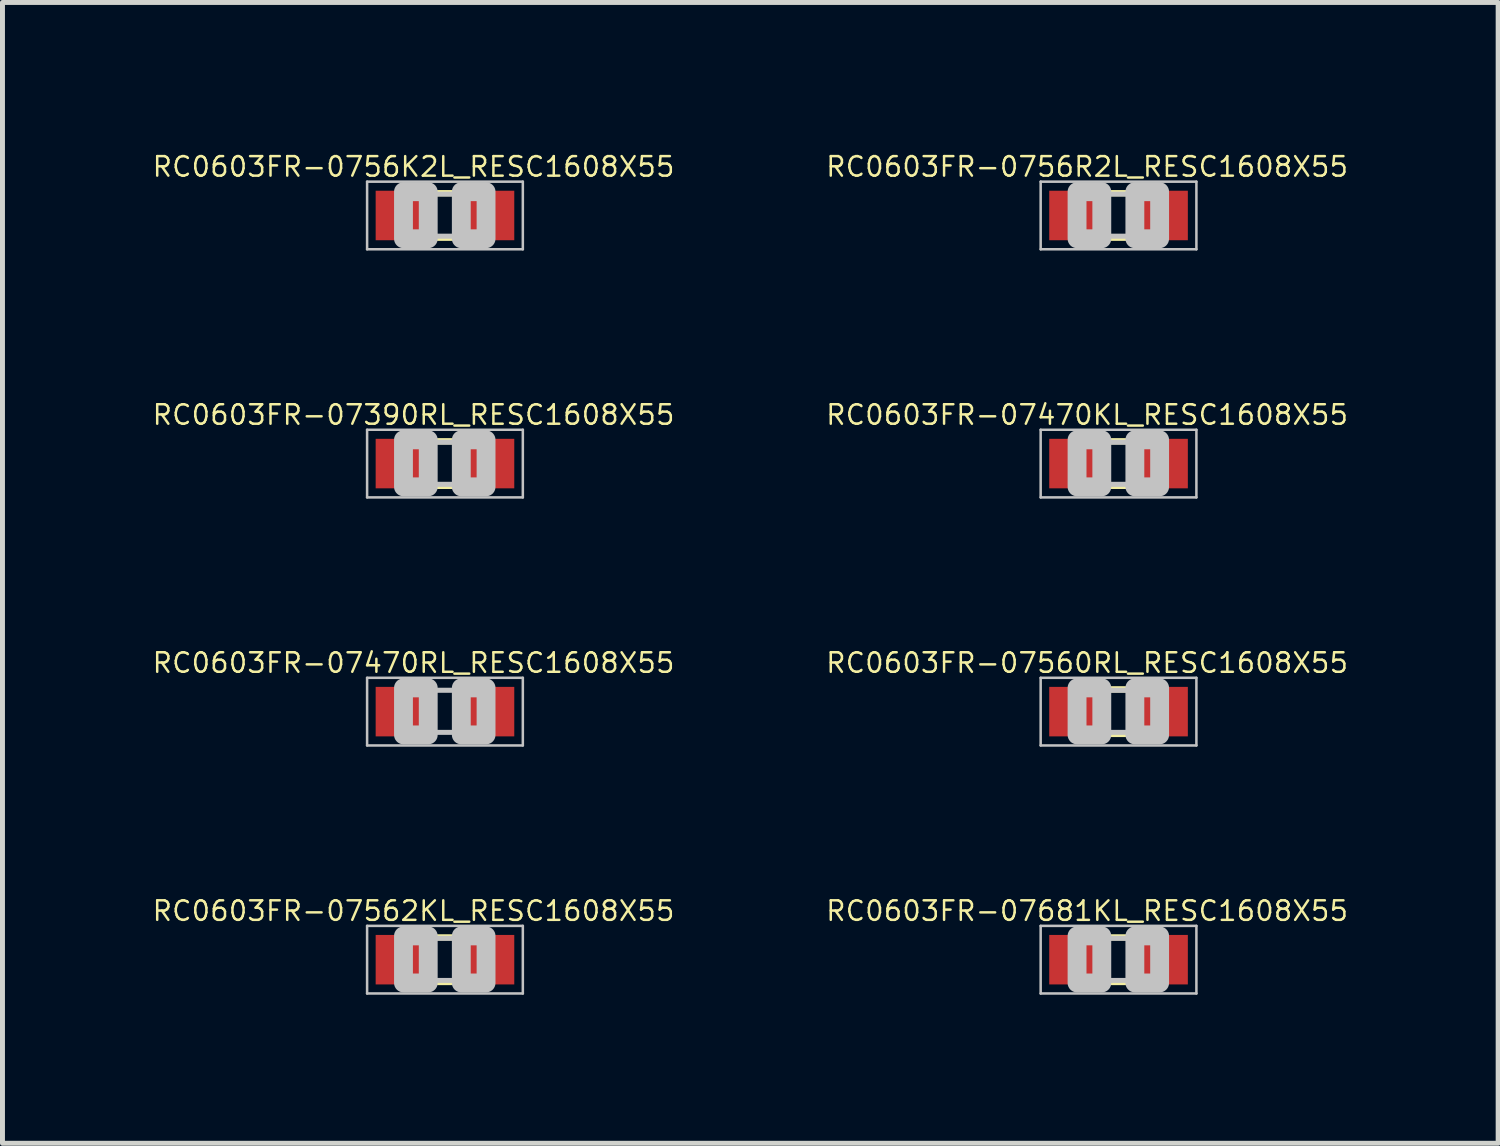
<source format=kicad_pcb>
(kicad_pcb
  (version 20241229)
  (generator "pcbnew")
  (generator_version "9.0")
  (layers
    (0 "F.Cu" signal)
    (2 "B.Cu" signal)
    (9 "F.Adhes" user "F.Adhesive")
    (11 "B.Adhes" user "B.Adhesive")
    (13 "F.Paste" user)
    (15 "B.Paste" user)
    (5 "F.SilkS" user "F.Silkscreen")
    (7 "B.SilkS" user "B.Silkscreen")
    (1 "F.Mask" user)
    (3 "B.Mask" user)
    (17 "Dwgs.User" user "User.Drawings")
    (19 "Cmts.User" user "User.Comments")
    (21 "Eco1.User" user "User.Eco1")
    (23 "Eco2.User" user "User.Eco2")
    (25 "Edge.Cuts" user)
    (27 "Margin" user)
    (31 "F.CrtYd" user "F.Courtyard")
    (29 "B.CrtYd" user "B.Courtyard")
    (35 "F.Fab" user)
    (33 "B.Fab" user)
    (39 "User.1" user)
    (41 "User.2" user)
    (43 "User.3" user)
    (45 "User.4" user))
  (footprint "RC0603FR-07470RL_RESC1608X55"
    (layer "F.Cu")
    (at 5.939 11.326)
    (property "Reference" "RC0603FR-07470RL_RESC1608X55" (at -0.635 -0.985 0) (layer "F.SilkS") (effects (font (size 0.394 0.394) (thickness 0.05))))
    (attr smd)
    (fp_line (start -1.573 -0.683) (end 1.573 -0.683) (stroke (width 0.051) (type solid)) (layer "Dwgs.User"))
    (fp_line (start -1.573 0.683) (end -1.573 -0.683) (stroke (width 0.051) (type solid)) (layer "Dwgs.User"))
    (fp_line (start -0.356 -0.432) (end 0.356 -0.432) (stroke (width 0.102) (type solid)) (layer "Dwgs.User"))
    (fp_line (start -0.356 0.419) (end 0.356 0.419) (stroke (width 0.102) (type solid)) (layer "Dwgs.User"))
    (fp_line (start 1.573 -0.683) (end 1.573 0.683) (stroke (width 0.051) (type solid)) (layer "Dwgs.User"))
    (fp_line (start 1.573 0.683) (end -1.573 0.683) (stroke (width 0.051) (type solid)) (layer "Dwgs.User"))
    (fp_poly (pts (xy -0.838 -0.48) (xy -0.338 -0.48) (xy -0.338 0.47) (xy -0.838 0.47)) (stroke (width 0.381) (type solid)) (fill no) (layer "Dwgs.User"))
    (fp_poly (pts (xy 0.33 -0.48) (xy 0.83 -0.48) (xy 0.83 0.47) (xy 0.33 0.47)) (stroke (width 0.381) (type solid)) (fill no) (layer "Dwgs.User"))
    (pad "1" smd rect (at -0.85 0) (size 1.1 1) (layers "F.Cu" "F.Mask" "F.Paste"))
    (pad "2" smd rect (at 0.85 0) (size 1.1 1) (layers "F.Cu" "F.Mask" "F.Paste")))
  (footprint "RC0603FR-07681KL_RESC1608X55"
    (layer "F.Cu")
    (at 19.546 16.337)
    (property "Reference" "RC0603FR-07681KL_RESC1608X55" (at -0.635 -0.985 0) (layer "F.SilkS") (effects (font (size 0.394 0.394) (thickness 0.05))))
    (attr smd)
    (fp_line (start -0.15 -0.45) (end 0.15 -0.45) (stroke (width 0.127) (type solid)) (layer "F.SilkS"))
    (fp_line (start -0.15 0.45) (end 0.15 0.45) (stroke (width 0.127) (type solid)) (layer "F.SilkS"))
    (fp_line (start -1.573 -0.683) (end 1.573 -0.683) (stroke (width 0.051) (type solid)) (layer "Dwgs.User"))
    (fp_line (start -1.573 0.683) (end -1.573 -0.683) (stroke (width 0.051) (type solid)) (layer "Dwgs.User"))
    (fp_line (start -0.356 -0.432) (end 0.356 -0.432) (stroke (width 0.102) (type solid)) (layer "Dwgs.User"))
    (fp_line (start -0.356 0.419) (end 0.356 0.419) (stroke (width 0.102) (type solid)) (layer "Dwgs.User"))
    (fp_line (start 1.573 -0.683) (end 1.573 0.683) (stroke (width 0.051) (type solid)) (layer "Dwgs.User"))
    (fp_line (start 1.573 0.683) (end -1.573 0.683) (stroke (width 0.051) (type solid)) (layer "Dwgs.User"))
    (fp_poly (pts (xy -0.838 -0.48) (xy -0.338 -0.48) (xy -0.338 0.47) (xy -0.838 0.47)) (stroke (width 0.381) (type solid)) (fill no) (layer "Dwgs.User"))
    (fp_poly (pts (xy 0.33 -0.48) (xy 0.83 -0.48) (xy 0.83 0.47) (xy 0.33 0.47)) (stroke (width 0.381) (type solid)) (fill no) (layer "Dwgs.User"))
    (pad "1" smd rect (at -0.85 0) (size 1.1 1) (layers "F.Cu" "F.Mask" "F.Paste"))
    (pad "2" smd rect (at 0.85 0) (size 1.1 1) (layers "F.Cu" "F.Mask" "F.Paste")))
  (footprint "RC0603FR-0756K2L_RESC1608X55"
    (layer "F.Cu")
    (at 5.939 1.303)
    (property "Reference" "RC0603FR-0756K2L_RESC1608X55" (at -0.635 -0.985 0) (layer "F.SilkS") (effects (font (size 0.394 0.394) (thickness 0.05))))
    (attr smd)
    (fp_line (start -0.15 -0.45) (end 0.15 -0.45) (stroke (width 0.127) (type solid)) (layer "F.SilkS"))
    (fp_line (start -0.15 0.45) (end 0.15 0.45) (stroke (width 0.127) (type solid)) (layer "F.SilkS"))
    (fp_line (start -1.573 -0.683) (end 1.573 -0.683) (stroke (width 0.051) (type solid)) (layer "Dwgs.User"))
    (fp_line (start -1.573 0.683) (end -1.573 -0.683) (stroke (width 0.051) (type solid)) (layer "Dwgs.User"))
    (fp_line (start -0.356 -0.432) (end 0.356 -0.432) (stroke (width 0.102) (type solid)) (layer "Dwgs.User"))
    (fp_line (start -0.356 0.419) (end 0.356 0.419) (stroke (width 0.102) (type solid)) (layer "Dwgs.User"))
    (fp_line (start 1.573 -0.683) (end 1.573 0.683) (stroke (width 0.051) (type solid)) (layer "Dwgs.User"))
    (fp_line (start 1.573 0.683) (end -1.573 0.683) (stroke (width 0.051) (type solid)) (layer "Dwgs.User"))
    (fp_poly (pts (xy -0.838 -0.48) (xy -0.338 -0.48) (xy -0.338 0.47) (xy -0.838 0.47)) (stroke (width 0.381) (type solid)) (fill no) (layer "Dwgs.User"))
    (fp_poly (pts (xy 0.33 -0.48) (xy 0.83 -0.48) (xy 0.83 0.47) (xy 0.33 0.47)) (stroke (width 0.381) (type solid)) (fill no) (layer "Dwgs.User"))
    (pad "1" smd rect (at -0.85 0) (size 1.1 1) (layers "F.Cu" "F.Mask" "F.Paste"))
    (pad "2" smd rect (at 0.85 0) (size 1.1 1) (layers "F.Cu" "F.Mask" "F.Paste")))
  (footprint "RC0603FR-07562KL_RESC1608X55"
    (layer "F.Cu")
    (at 5.939 16.337)
    (property "Reference" "RC0603FR-07562KL_RESC1608X55" (at -0.635 -0.985 0) (layer "F.SilkS") (effects (font (size 0.394 0.394) (thickness 0.05))))
    (attr smd)
    (fp_line (start -0.15 -0.45) (end 0.15 -0.45) (stroke (width 0.127) (type solid)) (layer "F.SilkS"))
    (fp_line (start -0.15 0.45) (end 0.15 0.45) (stroke (width 0.127) (type solid)) (layer "F.SilkS"))
    (fp_line (start -1.573 -0.683) (end 1.573 -0.683) (stroke (width 0.051) (type solid)) (layer "Dwgs.User"))
    (fp_line (start -1.573 0.683) (end -1.573 -0.683) (stroke (width 0.051) (type solid)) (layer "Dwgs.User"))
    (fp_line (start -0.356 -0.432) (end 0.356 -0.432) (stroke (width 0.102) (type solid)) (layer "Dwgs.User"))
    (fp_line (start -0.356 0.419) (end 0.356 0.419) (stroke (width 0.102) (type solid)) (layer "Dwgs.User"))
    (fp_line (start 1.573 -0.683) (end 1.573 0.683) (stroke (width 0.051) (type solid)) (layer "Dwgs.User"))
    (fp_line (start 1.573 0.683) (end -1.573 0.683) (stroke (width 0.051) (type solid)) (layer "Dwgs.User"))
    (fp_poly (pts (xy -0.838 -0.48) (xy -0.338 -0.48) (xy -0.338 0.47) (xy -0.838 0.47)) (stroke (width 0.381) (type solid)) (fill no) (layer "Dwgs.User"))
    (fp_poly (pts (xy 0.33 -0.48) (xy 0.83 -0.48) (xy 0.83 0.47) (xy 0.33 0.47)) (stroke (width 0.381) (type solid)) (fill no) (layer "Dwgs.User"))
    (pad "1" smd rect (at -0.85 0) (size 1.1 1) (layers "F.Cu" "F.Mask" "F.Paste"))
    (pad "2" smd rect (at 0.85 0) (size 1.1 1) (layers "F.Cu" "F.Mask" "F.Paste")))
  (footprint "RC0603FR-07390RL_RESC1608X55"
    (layer "F.Cu")
    (at 5.939 6.315)
    (property "Reference" "RC0603FR-07390RL_RESC1608X55" (at -0.635 -0.985 0) (layer "F.SilkS") (effects (font (size 0.394 0.394) (thickness 0.05))))
    (attr smd)
    (fp_line (start -0.15 -0.45) (end 0.15 -0.45) (stroke (width 0.127) (type solid)) (layer "F.SilkS"))
    (fp_line (start -0.15 0.45) (end 0.15 0.45) (stroke (width 0.127) (type solid)) (layer "F.SilkS"))
    (fp_line (start -1.573 -0.683) (end 1.573 -0.683) (stroke (width 0.051) (type solid)) (layer "Dwgs.User"))
    (fp_line (start -1.573 0.683) (end -1.573 -0.683) (stroke (width 0.051) (type solid)) (layer "Dwgs.User"))
    (fp_line (start -0.356 -0.432) (end 0.356 -0.432) (stroke (width 0.102) (type solid)) (layer "Dwgs.User"))
    (fp_line (start -0.356 0.419) (end 0.356 0.419) (stroke (width 0.102) (type solid)) (layer "Dwgs.User"))
    (fp_line (start 1.573 -0.683) (end 1.573 0.683) (stroke (width 0.051) (type solid)) (layer "Dwgs.User"))
    (fp_line (start 1.573 0.683) (end -1.573 0.683) (stroke (width 0.051) (type solid)) (layer "Dwgs.User"))
    (fp_poly (pts (xy -0.838 -0.48) (xy -0.338 -0.48) (xy -0.338 0.47) (xy -0.838 0.47)) (stroke (width 0.381) (type solid)) (fill no) (layer "Dwgs.User"))
    (fp_poly (pts (xy 0.33 -0.48) (xy 0.83 -0.48) (xy 0.83 0.47) (xy 0.33 0.47)) (stroke (width 0.381) (type solid)) (fill no) (layer "Dwgs.User"))
    (pad "1" smd rect (at -0.85 0) (size 1.1 1) (layers "F.Cu" "F.Mask" "F.Paste"))
    (pad "2" smd rect (at 0.85 0) (size 1.1 1) (layers "F.Cu" "F.Mask" "F.Paste")))
  (footprint "RC0603FR-07560RL_RESC1608X55"
    (layer "F.Cu")
    (at 19.546 11.326)
    (property "Reference" "RC0603FR-07560RL_RESC1608X55" (at -0.635 -0.985 0) (layer "F.SilkS") (effects (font (size 0.394 0.394) (thickness 0.05))))
    (attr smd)
    (fp_line (start -0.15 -0.45) (end 0.15 -0.45) (stroke (width 0.127) (type solid)) (layer "F.SilkS"))
    (fp_line (start -0.15 0.45) (end 0.15 0.45) (stroke (width 0.127) (type solid)) (layer "F.SilkS"))
    (fp_line (start -1.573 -0.683) (end 1.573 -0.683) (stroke (width 0.051) (type solid)) (layer "Dwgs.User"))
    (fp_line (start -1.573 0.683) (end -1.573 -0.683) (stroke (width 0.051) (type solid)) (layer "Dwgs.User"))
    (fp_line (start -0.356 -0.432) (end 0.356 -0.432) (stroke (width 0.102) (type solid)) (layer "Dwgs.User"))
    (fp_line (start -0.356 0.419) (end 0.356 0.419) (stroke (width 0.102) (type solid)) (layer "Dwgs.User"))
    (fp_line (start 1.573 -0.683) (end 1.573 0.683) (stroke (width 0.051) (type solid)) (layer "Dwgs.User"))
    (fp_line (start 1.573 0.683) (end -1.573 0.683) (stroke (width 0.051) (type solid)) (layer "Dwgs.User"))
    (fp_poly (pts (xy -0.838 -0.48) (xy -0.338 -0.48) (xy -0.338 0.47) (xy -0.838 0.47)) (stroke (width 0.381) (type solid)) (fill no) (layer "Dwgs.User"))
    (fp_poly (pts (xy 0.33 -0.48) (xy 0.83 -0.48) (xy 0.83 0.47) (xy 0.33 0.47)) (stroke (width 0.381) (type solid)) (fill no) (layer "Dwgs.User"))
    (pad "1" smd rect (at -0.85 0) (size 1.1 1) (layers "F.Cu" "F.Mask" "F.Paste"))
    (pad "2" smd rect (at 0.85 0) (size 1.1 1) (layers "F.Cu" "F.Mask" "F.Paste")))
  (footprint "RC0603FR-0756R2L_RESC1608X55"
    (layer "F.Cu")
    (at 19.546 1.303)
    (property "Reference" "RC0603FR-0756R2L_RESC1608X55" (at -0.635 -0.985 0) (layer "F.SilkS") (effects (font (size 0.394 0.394) (thickness 0.05))))
    (attr smd)
    (fp_line (start -0.15 -0.45) (end 0.15 -0.45) (stroke (width 0.127) (type solid)) (layer "F.SilkS"))
    (fp_line (start -0.15 0.45) (end 0.15 0.45) (stroke (width 0.127) (type solid)) (layer "F.SilkS"))
    (fp_line (start -1.573 -0.683) (end 1.573 -0.683) (stroke (width 0.051) (type solid)) (layer "Dwgs.User"))
    (fp_line (start -1.573 0.683) (end -1.573 -0.683) (stroke (width 0.051) (type solid)) (layer "Dwgs.User"))
    (fp_line (start -0.356 -0.432) (end 0.356 -0.432) (stroke (width 0.102) (type solid)) (layer "Dwgs.User"))
    (fp_line (start -0.356 0.419) (end 0.356 0.419) (stroke (width 0.102) (type solid)) (layer "Dwgs.User"))
    (fp_line (start 1.573 -0.683) (end 1.573 0.683) (stroke (width 0.051) (type solid)) (layer "Dwgs.User"))
    (fp_line (start 1.573 0.683) (end -1.573 0.683) (stroke (width 0.051) (type solid)) (layer "Dwgs.User"))
    (fp_poly (pts (xy -0.838 -0.48) (xy -0.338 -0.48) (xy -0.338 0.47) (xy -0.838 0.47)) (stroke (width 0.381) (type solid)) (fill no) (layer "Dwgs.User"))
    (fp_poly (pts (xy 0.33 -0.48) (xy 0.83 -0.48) (xy 0.83 0.47) (xy 0.33 0.47)) (stroke (width 0.381) (type solid)) (fill no) (layer "Dwgs.User"))
    (pad "1" smd rect (at -0.85 0) (size 1.1 1) (layers "F.Cu" "F.Mask" "F.Paste"))
    (pad "2" smd rect (at 0.85 0) (size 1.1 1) (layers "F.Cu" "F.Mask" "F.Paste")))
  (footprint "RC0603FR-07470KL_RESC1608X55"
    (layer "F.Cu")
    (at 19.546 6.315)
    (property "Reference" "RC0603FR-07470KL_RESC1608X55" (at -0.635 -0.985 0) (layer "F.SilkS") (effects (font (size 0.394 0.394) (thickness 0.05))))
    (attr smd)
    (fp_line (start -0.15 -0.45) (end 0.15 -0.45) (stroke (width 0.127) (type solid)) (layer "F.SilkS"))
    (fp_line (start -0.15 0.45) (end 0.15 0.45) (stroke (width 0.127) (type solid)) (layer "F.SilkS"))
    (fp_line (start -1.573 -0.683) (end 1.573 -0.683) (stroke (width 0.051) (type solid)) (layer "Dwgs.User"))
    (fp_line (start -1.573 0.683) (end -1.573 -0.683) (stroke (width 0.051) (type solid)) (layer "Dwgs.User"))
    (fp_line (start -0.356 -0.432) (end 0.356 -0.432) (stroke (width 0.102) (type solid)) (layer "Dwgs.User"))
    (fp_line (start -0.356 0.419) (end 0.356 0.419) (stroke (width 0.102) (type solid)) (layer "Dwgs.User"))
    (fp_line (start 1.573 -0.683) (end 1.573 0.683) (stroke (width 0.051) (type solid)) (layer "Dwgs.User"))
    (fp_line (start 1.573 0.683) (end -1.573 0.683) (stroke (width 0.051) (type solid)) (layer "Dwgs.User"))
    (fp_poly (pts (xy -0.838 -0.48) (xy -0.338 -0.48) (xy -0.338 0.47) (xy -0.838 0.47)) (stroke (width 0.381) (type solid)) (fill no) (layer "Dwgs.User"))
    (fp_poly (pts (xy 0.33 -0.48) (xy 0.83 -0.48) (xy 0.83 0.47) (xy 0.33 0.47)) (stroke (width 0.381) (type solid)) (fill no) (layer "Dwgs.User"))
    (pad "1" smd rect (at -0.85 0) (size 1.1 1) (layers "F.Cu" "F.Mask" "F.Paste"))
    (pad "2" smd rect (at 0.85 0) (size 1.1 1) (layers "F.Cu" "F.Mask" "F.Paste")))
  (gr_rect
    (start -3 -3)
    (end 27.215 20.046)
    (stroke (width 0.1) (type default))
    (fill no)
    (layer "Edge.Cuts")))
</source>
